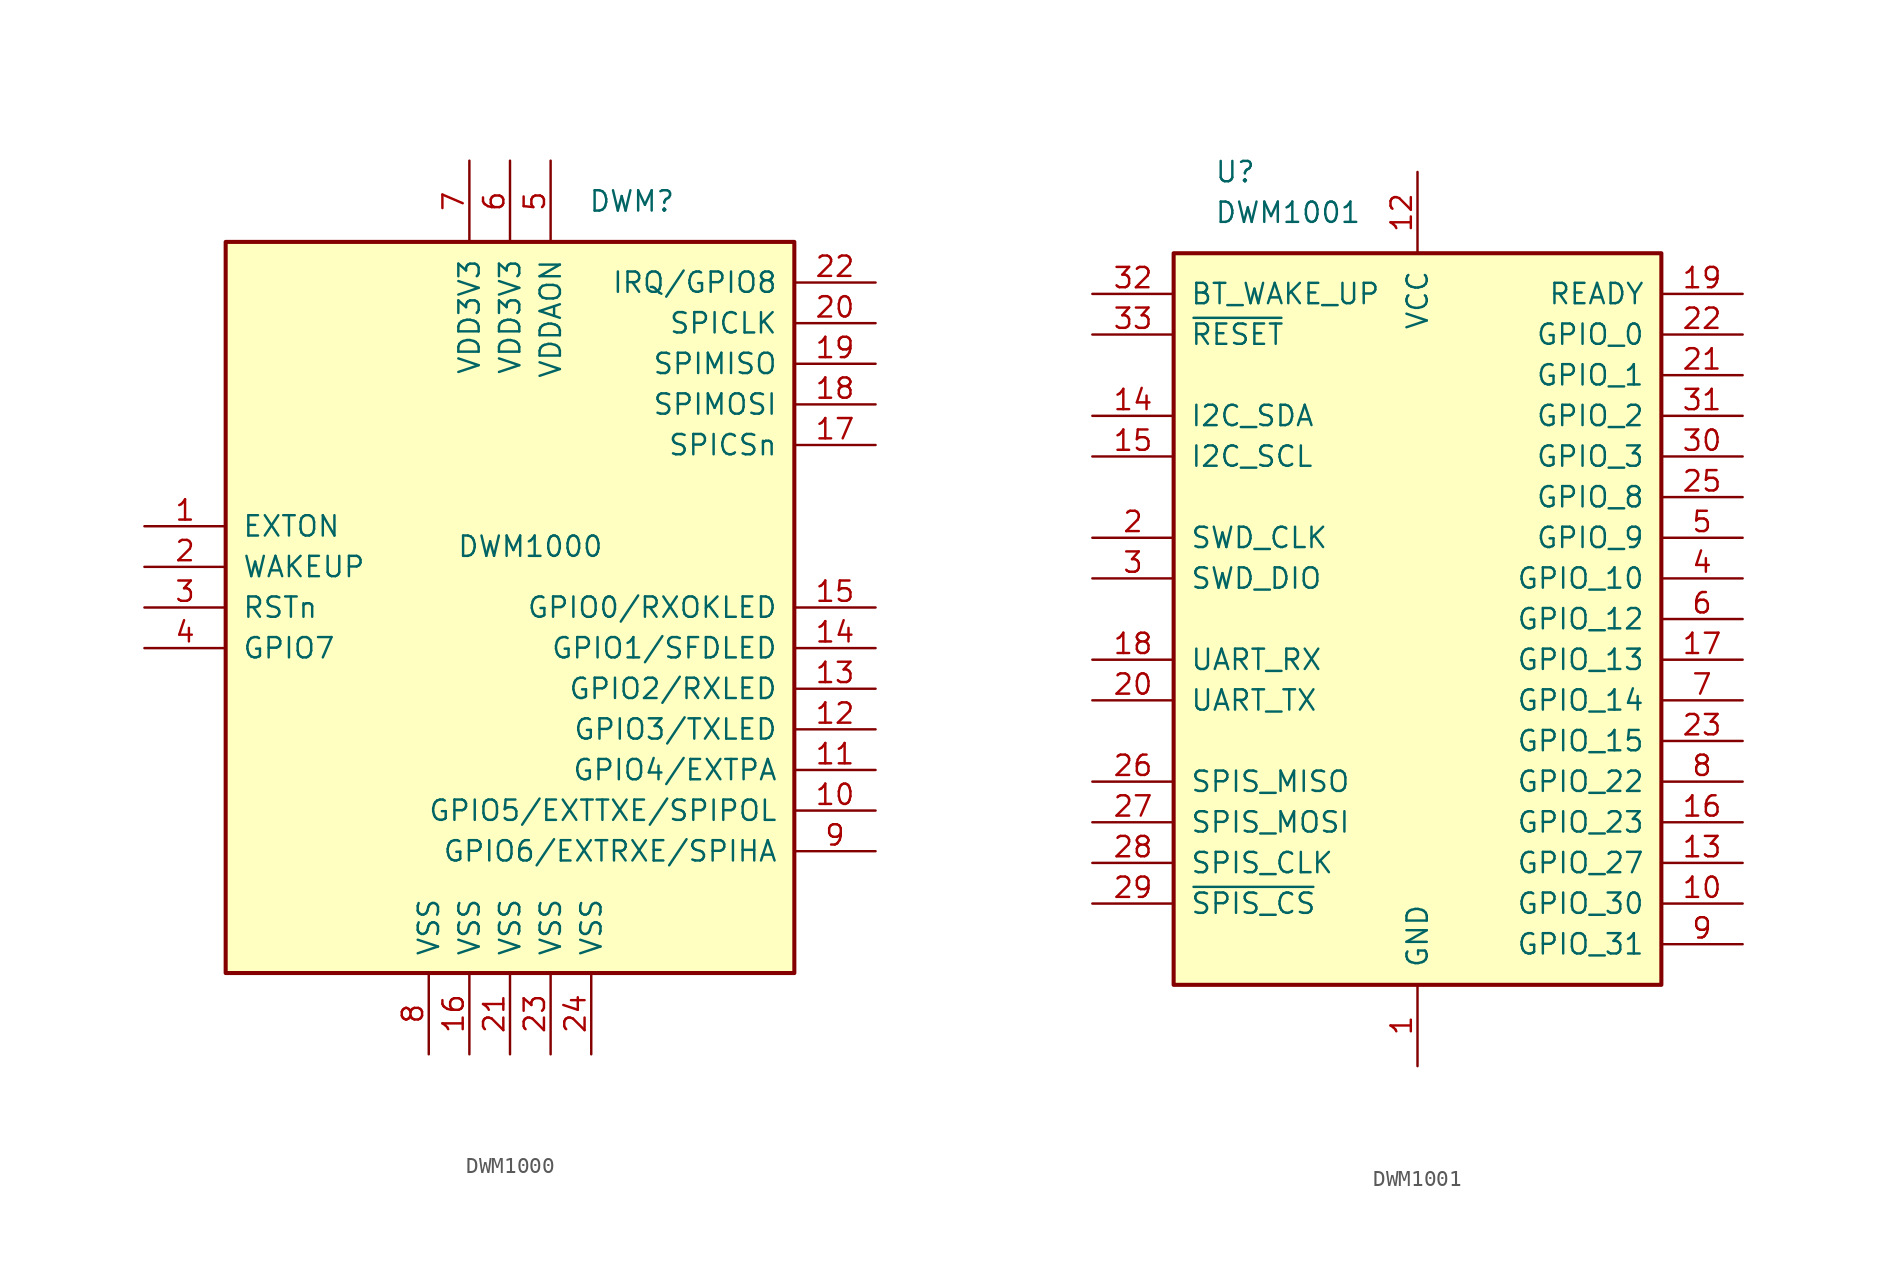
<source format=kicad_sym>
(kicad_symbol_lib
  (version 20211014)
  (generator kicad_symbol_editor)
  (symbol "DWM1000"
    (pin_names
      (offset 1.016))
    (property "Reference" "DWM"
      (at 7.62 25.4 0)
      (effects (font (size 1.27 1.27))))
    (property "Value" "DWM1000"
      (at 1.27 3.81 0)
      (effects (font (size 1.27 1.27))))
    (symbol "DWM1000_0_1"
      (rectangle (start 17.78 22.86) (end -17.78 -22.86) (stroke (width 0.254) (type default) (color 0 0 0 0)) (fill (type background))))
    (symbol "DWM1000_1_1"
      (pin output line (at -22.86 5.08 0) (length 5.08) (name "EXTON" (effects (font (size 1.27 1.27)))) (number "1" (effects (font (size 1.27 1.27)))))
      (pin bidirectional line (at 22.86 -12.7 180) (length 5.08) (name "GPIO5/EXTTXE/SPIPOL" (effects (font (size 1.27 1.27)))) (number "10" (effects (font (size 1.27 1.27)))))
      (pin bidirectional line (at 22.86 -10.16 180) (length 5.08) (name "GPIO4/EXTPA" (effects (font (size 1.27 1.27)))) (number "11" (effects (font (size 1.27 1.27)))))
      (pin bidirectional line (at 22.86 -7.62 180) (length 5.08) (name "GPIO3/TXLED" (effects (font (size 1.27 1.27)))) (number "12" (effects (font (size 1.27 1.27)))))
      (pin bidirectional line (at 22.86 -5.08 180) (length 5.08) (name "GPIO2/RXLED" (effects (font (size 1.27 1.27)))) (number "13" (effects (font (size 1.27 1.27)))))
      (pin bidirectional line (at 22.86 -2.54 180) (length 5.08) (name "GPIO1/SFDLED" (effects (font (size 1.27 1.27)))) (number "14" (effects (font (size 1.27 1.27)))))
      (pin bidirectional line (at 22.86 0 180) (length 5.08) (name "GPIO0/RXOKLED" (effects (font (size 1.27 1.27)))) (number "15" (effects (font (size 1.27 1.27)))))
      (pin power_in line (at -2.54 -27.94 90) (length 5.08) (name "VSS" (effects (font (size 1.27 1.27)))) (number "16" (effects (font (size 1.27 1.27)))))
      (pin input line (at 22.86 10.16 180) (length 5.08) (name "SPICSn" (effects (font (size 1.27 1.27)))) (number "17" (effects (font (size 1.27 1.27)))))
      (pin input line (at 22.86 12.7 180) (length 5.08) (name "SPIMOSI" (effects (font (size 1.27 1.27)))) (number "18" (effects (font (size 1.27 1.27)))))
      (pin output line (at 22.86 15.24 180) (length 5.08) (name "SPIMISO" (effects (font (size 1.27 1.27)))) (number "19" (effects (font (size 1.27 1.27)))))
      (pin bidirectional line (at -22.86 2.54 0) (length 5.08) (name "WAKEUP" (effects (font (size 1.27 1.27)))) (number "2" (effects (font (size 1.27 1.27)))))
      (pin input line (at 22.86 17.78 180) (length 5.08) (name "SPICLK" (effects (font (size 1.27 1.27)))) (number "20" (effects (font (size 1.27 1.27)))))
      (pin power_in line (at 0 -27.94 90) (length 5.08) (name "VSS" (effects (font (size 1.27 1.27)))) (number "21" (effects (font (size 1.27 1.27)))))
      (pin bidirectional line (at 22.86 20.32 180) (length 5.08) (name "IRQ/GPIO8" (effects (font (size 1.27 1.27)))) (number "22" (effects (font (size 1.27 1.27)))))
      (pin power_in line (at 2.54 -27.94 90) (length 5.08) (name "VSS" (effects (font (size 1.27 1.27)))) (number "23" (effects (font (size 1.27 1.27)))))
      (pin power_in line (at 5.08 -27.94 90) (length 5.08) (name "VSS" (effects (font (size 1.27 1.27)))) (number "24" (effects (font (size 1.27 1.27)))))
      (pin bidirectional line (at -22.86 0 0) (length 5.08) (name "RSTn" (effects (font (size 1.27 1.27)))) (number "3" (effects (font (size 1.27 1.27)))))
      (pin bidirectional line (at -22.86 -2.54 0) (length 5.08) (name "GPIO7" (effects (font (size 1.27 1.27)))) (number "4" (effects (font (size 1.27 1.27)))))
      (pin power_in line (at 2.54 27.94 270) (length 5.08) (name "VDDAON" (effects (font (size 1.27 1.27)))) (number "5" (effects (font (size 1.27 1.27)))))
      (pin power_in line (at 0 27.94 270) (length 5.08) (name "VDD3V3" (effects (font (size 1.27 1.27)))) (number "6" (effects (font (size 1.27 1.27)))))
      (pin power_in line (at -2.54 27.94 270) (length 5.08) (name "VDD3V3" (effects (font (size 1.27 1.27)))) (number "7" (effects (font (size 1.27 1.27)))))
      (pin power_in line (at -5.08 -27.94 90) (length 5.08) (name "VSS" (effects (font (size 1.27 1.27)))) (number "8" (effects (font (size 1.27 1.27)))))
      (pin bidirectional line (at 22.86 -15.24 180) (length 5.08) (name "GPIO6/EXTRXE/SPIHA" (effects (font (size 1.27 1.27)))) (number "9" (effects (font (size 1.27 1.27)))))))
  (symbol "DWM1001"
    (pin_names
      (offset 1.016))
    (property "Reference" "U"
      (at -12.7 27.94 0)
      (effects (font (size 1.27 1.27)) (justify left)))
    (property "Value" "DWM1001"
      (at -12.7 25.4 0)
      (effects (font (size 1.27 1.27)) (justify left)))
    (symbol "DWM1001_0_1"
      (rectangle (start 15.24 22.86) (end -15.24 -22.86) (stroke (width 0.254) (type default) (color 0 0 0 0)) (fill (type background))))
    (symbol "DWM1001_1_1"
      (pin power_in line (at 0 -27.94 90) (length 5.08) (name "GND" (effects (font (size 1.27 1.27)))) (number "1" (effects (font (size 1.27 1.27)))))
      (pin bidirectional line (at 20.32 -17.78 180) (length 5.08) (name "GPIO_30" (effects (font (size 1.27 1.27)))) (number "10" (effects (font (size 1.27 1.27)))))
      (pin passive line (at 0 -27.94 90) (length 5.08) hide (name "GND" (effects (font (size 1.27 1.27)))) (number "11" (effects (font (size 1.27 1.27)))))
      (pin power_in line (at 0 27.94 270) (length 5.08) (name "VCC" (effects (font (size 1.27 1.27)))) (number "12" (effects (font (size 1.27 1.27)))))
      (pin bidirectional line (at 20.32 -15.24 180) (length 5.08) (name "GPIO_27" (effects (font (size 1.27 1.27)))) (number "13" (effects (font (size 1.27 1.27)))))
      (pin bidirectional line (at -20.32 12.7 0) (length 5.08) (name "I2C_SDA" (effects (font (size 1.27 1.27)))) (number "14" (effects (font (size 1.27 1.27)))))
      (pin output line (at -20.32 10.16 0) (length 5.08) (name "I2C_SCL" (effects (font (size 1.27 1.27)))) (number "15" (effects (font (size 1.27 1.27)))))
      (pin bidirectional line (at 20.32 -12.7 180) (length 5.08) (name "GPIO_23" (effects (font (size 1.27 1.27)))) (number "16" (effects (font (size 1.27 1.27)))))
      (pin bidirectional line (at 20.32 -2.54 180) (length 5.08) (name "GPIO_13" (effects (font (size 1.27 1.27)))) (number "17" (effects (font (size 1.27 1.27)))))
      (pin input line (at -20.32 -2.54 0) (length 5.08) (name "UART_RX" (effects (font (size 1.27 1.27)))) (number "18" (effects (font (size 1.27 1.27)))))
      (pin output line (at 20.32 20.32 180) (length 5.08) (name "READY" (effects (font (size 1.27 1.27)))) (number "19" (effects (font (size 1.27 1.27)))))
      (pin input line (at -20.32 5.08 0) (length 5.08) (name "SWD_CLK" (effects (font (size 1.27 1.27)))) (number "2" (effects (font (size 1.27 1.27)))))
      (pin output line (at -20.32 -5.08 0) (length 5.08) (name "UART_TX" (effects (font (size 1.27 1.27)))) (number "20" (effects (font (size 1.27 1.27)))))
      (pin bidirectional line (at 20.32 15.24 180) (length 5.08) (name "GPIO_1" (effects (font (size 1.27 1.27)))) (number "21" (effects (font (size 1.27 1.27)))))
      (pin bidirectional line (at 20.32 17.78 180) (length 5.08) (name "GPIO_0" (effects (font (size 1.27 1.27)))) (number "22" (effects (font (size 1.27 1.27)))))
      (pin bidirectional line (at 20.32 -7.62 180) (length 5.08) (name "GPIO_15" (effects (font (size 1.27 1.27)))) (number "23" (effects (font (size 1.27 1.27)))))
      (pin passive line (at 0 -27.94 90) (length 5.08) hide (name "GND" (effects (font (size 1.27 1.27)))) (number "24" (effects (font (size 1.27 1.27)))))
      (pin bidirectional line (at 20.32 7.62 180) (length 5.08) (name "GPIO_8" (effects (font (size 1.27 1.27)))) (number "25" (effects (font (size 1.27 1.27)))))
      (pin output line (at -20.32 -10.16 0) (length 5.08) (name "SPIS_MISO" (effects (font (size 1.27 1.27)))) (number "26" (effects (font (size 1.27 1.27)))))
      (pin tri_state line (at -20.32 -12.7 0) (length 5.08) (name "SPIS_MOSI" (effects (font (size 1.27 1.27)))) (number "27" (effects (font (size 1.27 1.27)))))
      (pin input line (at -20.32 -15.24 0) (length 5.08) (name "SPIS_CLK" (effects (font (size 1.27 1.27)))) (number "28" (effects (font (size 1.27 1.27)))))
      (pin input line (at -20.32 -17.78 0) (length 5.08) (name "~{SPIS_CS}" (effects (font (size 1.27 1.27)))) (number "29" (effects (font (size 1.27 1.27)))))
      (pin bidirectional line (at -20.32 2.54 0) (length 5.08) (name "SWD_DIO" (effects (font (size 1.27 1.27)))) (number "3" (effects (font (size 1.27 1.27)))))
      (pin bidirectional line (at 20.32 10.16 180) (length 5.08) (name "GPIO_3" (effects (font (size 1.27 1.27)))) (number "30" (effects (font (size 1.27 1.27)))))
      (pin bidirectional line (at 20.32 12.7 180) (length 5.08) (name "GPIO_2" (effects (font (size 1.27 1.27)))) (number "31" (effects (font (size 1.27 1.27)))))
      (pin input line (at -20.32 20.32 0) (length 5.08) (name "BT_WAKE_UP" (effects (font (size 1.27 1.27)))) (number "32" (effects (font (size 1.27 1.27)))))
      (pin input line (at -20.32 17.78 0) (length 5.08) (name "~{RESET}" (effects (font (size 1.27 1.27)))) (number "33" (effects (font (size 1.27 1.27)))))
      (pin passive line (at 0 -27.94 90) (length 5.08) hide (name "GND" (effects (font (size 1.27 1.27)))) (number "34" (effects (font (size 1.27 1.27)))))
      (pin bidirectional line (at 20.32 2.54 180) (length 5.08) (name "GPIO_10" (effects (font (size 1.27 1.27)))) (number "4" (effects (font (size 1.27 1.27)))))
      (pin bidirectional line (at 20.32 5.08 180) (length 5.08) (name "GPIO_9" (effects (font (size 1.27 1.27)))) (number "5" (effects (font (size 1.27 1.27)))))
      (pin bidirectional line (at 20.32 0 180) (length 5.08) (name "GPIO_12" (effects (font (size 1.27 1.27)))) (number "6" (effects (font (size 1.27 1.27)))))
      (pin bidirectional line (at 20.32 -5.08 180) (length 5.08) (name "GPIO_14" (effects (font (size 1.27 1.27)))) (number "7" (effects (font (size 1.27 1.27)))))
      (pin bidirectional line (at 20.32 -10.16 180) (length 5.08) (name "GPIO_22" (effects (font (size 1.27 1.27)))) (number "8" (effects (font (size 1.27 1.27)))))
      (pin bidirectional line (at 20.32 -20.32 180) (length 5.08) (name "GPIO_31" (effects (font (size 1.27 1.27)))) (number "9" (effects (font (size 1.27 1.27))))))))
</source>
